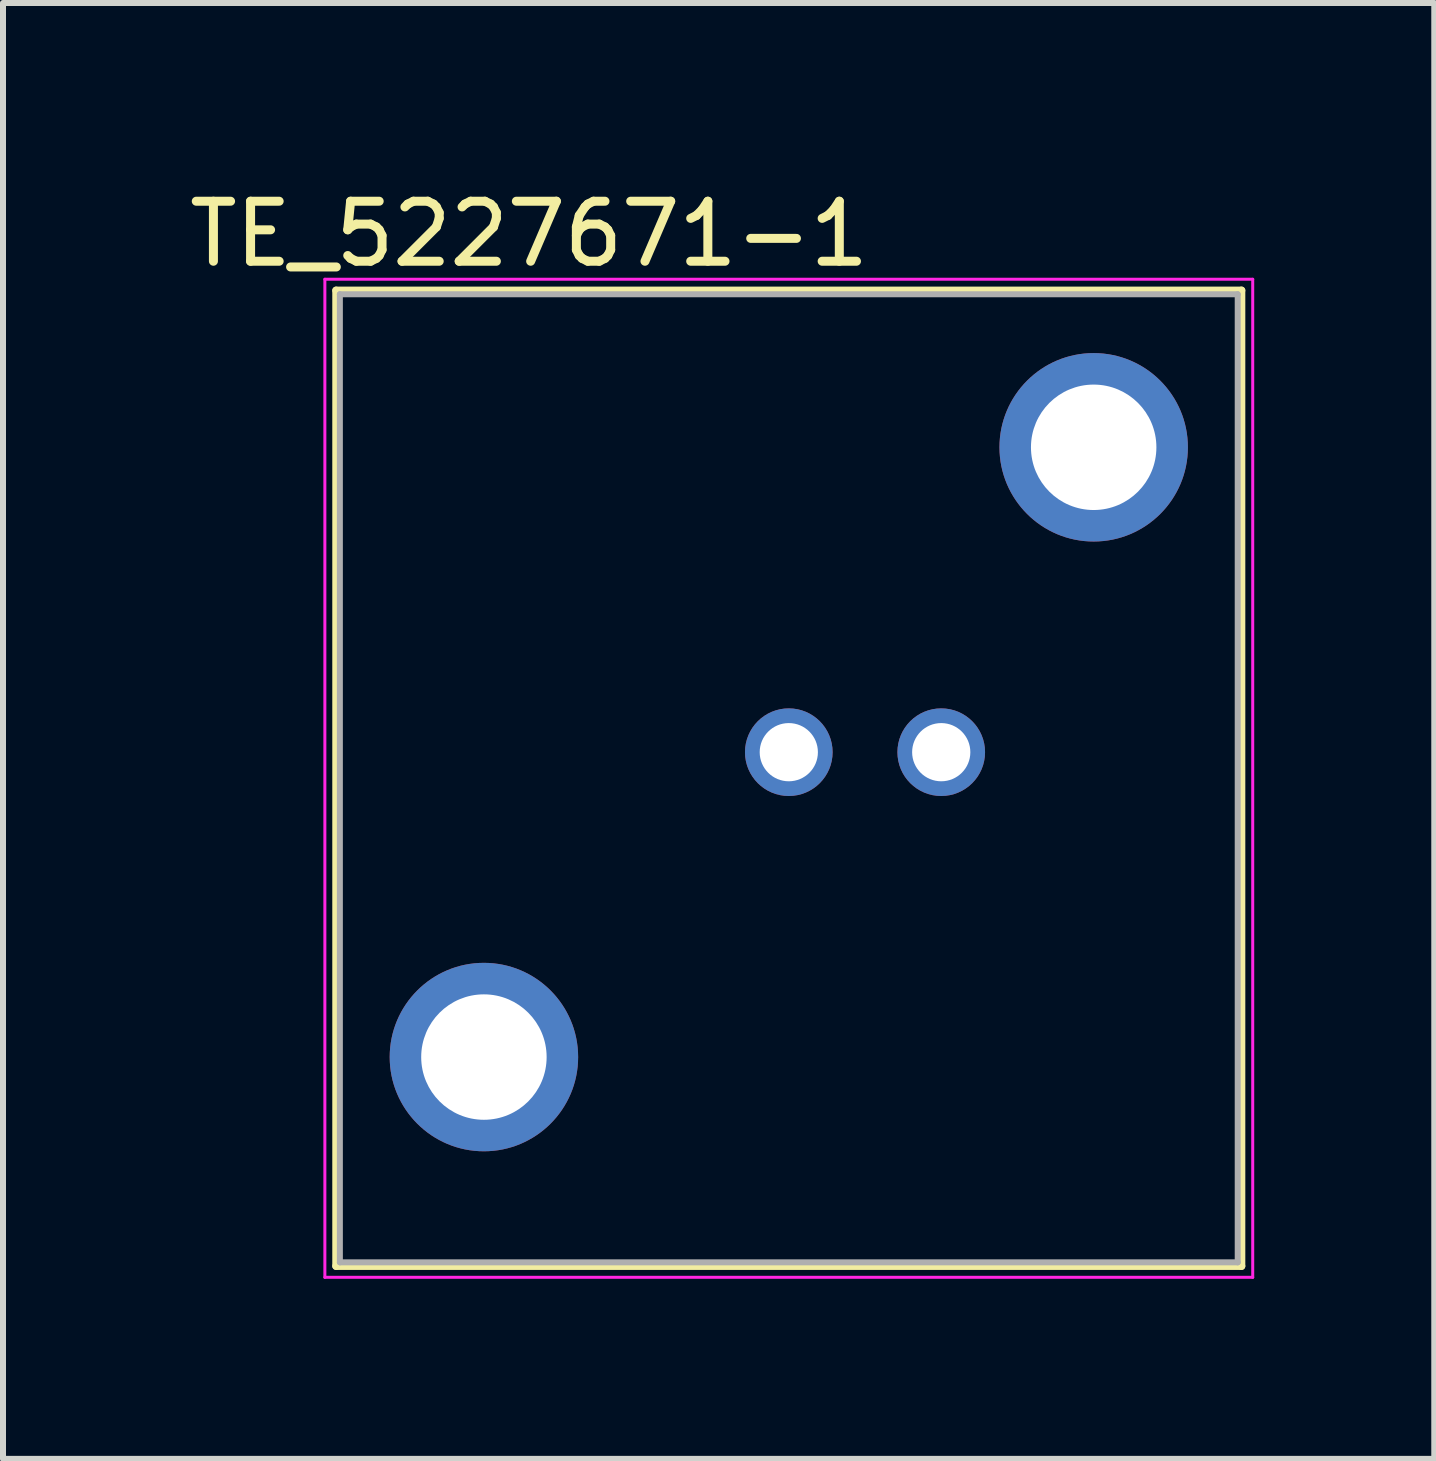
<source format=kicad_pcb>
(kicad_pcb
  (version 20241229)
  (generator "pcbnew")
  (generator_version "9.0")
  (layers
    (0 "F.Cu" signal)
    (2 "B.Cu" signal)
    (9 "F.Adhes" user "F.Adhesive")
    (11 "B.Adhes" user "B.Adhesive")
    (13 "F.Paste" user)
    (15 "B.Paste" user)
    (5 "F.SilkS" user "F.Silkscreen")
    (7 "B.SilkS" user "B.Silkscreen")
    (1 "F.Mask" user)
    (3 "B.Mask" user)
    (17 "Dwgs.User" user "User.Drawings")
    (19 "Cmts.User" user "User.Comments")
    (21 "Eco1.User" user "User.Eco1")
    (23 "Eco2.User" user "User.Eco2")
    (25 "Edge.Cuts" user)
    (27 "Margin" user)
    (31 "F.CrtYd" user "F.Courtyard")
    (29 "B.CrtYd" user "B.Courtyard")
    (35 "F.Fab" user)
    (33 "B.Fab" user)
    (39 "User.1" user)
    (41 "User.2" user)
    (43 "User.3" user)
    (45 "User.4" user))
  (footprint "TE_5227671-1"
    (layer "F.Cu")
    (at 10.093 9.483)
    (property "Reference" "TE_5227671-1" (at -4.325 -8.635 0) (layer "F.SilkS") (effects (font (size 1 1) (thickness 0.15))))
    (attr through_hole)
    (fp_line (start -7.543 -7.694) (end 7.543 -7.694) (stroke (width 0.127) (type solid)) (layer "F.SilkS"))
    (fp_line (start -7.543 8.563) (end -7.543 -7.694) (stroke (width 0.127) (type solid)) (layer "F.SilkS"))
    (fp_line (start 7.543 -7.694) (end 7.543 8.563) (stroke (width 0.127) (type solid)) (layer "F.SilkS"))
    (fp_line (start 7.543 8.563) (end -7.543 8.563) (stroke (width 0.127) (type solid)) (layer "F.SilkS"))
    (fp_line (start -7.73 -7.88) (end -7.73 8.75) (stroke (width 0.05) (type solid)) (layer "F.CrtYd"))
    (fp_line (start -7.73 8.75) (end 7.73 8.75) (stroke (width 0.05) (type solid)) (layer "F.CrtYd"))
    (fp_line (start 7.73 -7.88) (end -7.73 -7.88) (stroke (width 0.05) (type solid)) (layer "F.CrtYd"))
    (fp_line (start 7.73 8.75) (end 7.73 -7.88) (stroke (width 0.05) (type solid)) (layer "F.CrtYd"))
    (fp_line (start -7.48 -7.63) (end 7.48 -7.63) (stroke (width 0.1) (type solid)) (layer "F.Fab"))
    (fp_line (start -7.48 8.5) (end -7.48 -7.63) (stroke (width 0.1) (type solid)) (layer "F.Fab"))
    (fp_line (start 7.48 -7.63) (end 7.48 8.5) (stroke (width 0.1) (type solid)) (layer "F.Fab"))
    (fp_line (start 7.48 8.5) (end -7.48 8.5) (stroke (width 0.1) (type solid)) (layer "F.Fab"))
    (pad "1" thru_hole circle (at 0 0) (size 1.46 1.46) (drill 0.97) (layers "*.Cu" "*.Mask"))
    (pad "2" thru_hole circle (at 2.54 0) (size 1.46 1.46) (drill 0.97) (layers "*.Cu" "*.Mask"))
    (pad "3" thru_hole circle (at 5.08 -5.08) (size 3.14 3.14) (drill 2.09) (layers "*.Cu" "*.Mask"))
    (pad "4" thru_hole circle (at -5.08 5.08) (size 3.14 3.14) (drill 2.09) (layers "*.Cu" "*.Mask")))
  (gr_rect
    (start -3 -3)
    (end 20.848 21.258)
    (stroke (width 0.1) (type default))
    (fill no)
    (layer "Edge.Cuts")))
</source>
